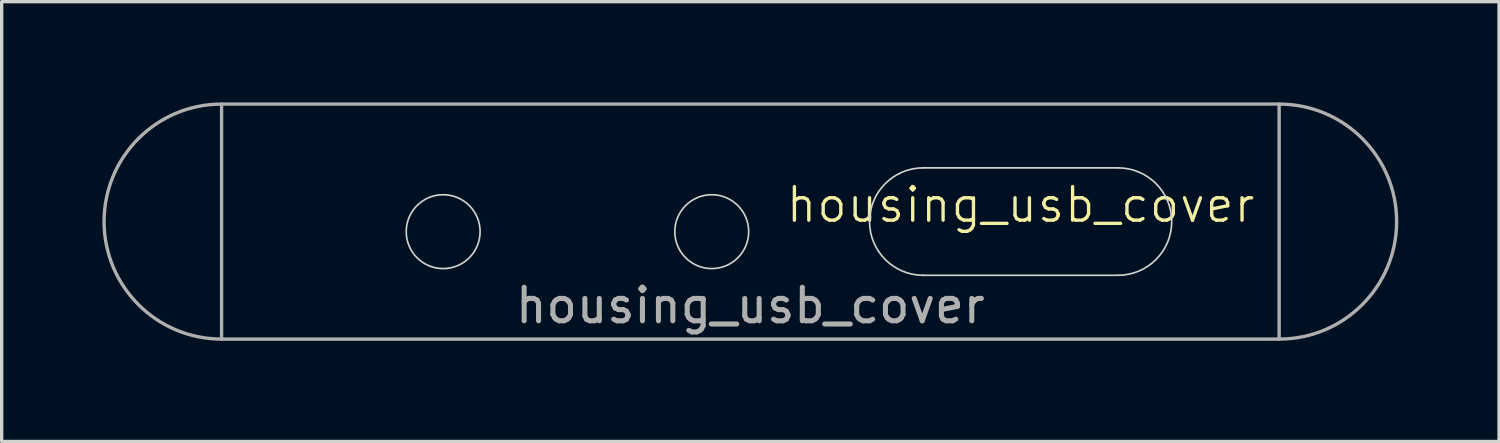
<source format=kicad_pcb>
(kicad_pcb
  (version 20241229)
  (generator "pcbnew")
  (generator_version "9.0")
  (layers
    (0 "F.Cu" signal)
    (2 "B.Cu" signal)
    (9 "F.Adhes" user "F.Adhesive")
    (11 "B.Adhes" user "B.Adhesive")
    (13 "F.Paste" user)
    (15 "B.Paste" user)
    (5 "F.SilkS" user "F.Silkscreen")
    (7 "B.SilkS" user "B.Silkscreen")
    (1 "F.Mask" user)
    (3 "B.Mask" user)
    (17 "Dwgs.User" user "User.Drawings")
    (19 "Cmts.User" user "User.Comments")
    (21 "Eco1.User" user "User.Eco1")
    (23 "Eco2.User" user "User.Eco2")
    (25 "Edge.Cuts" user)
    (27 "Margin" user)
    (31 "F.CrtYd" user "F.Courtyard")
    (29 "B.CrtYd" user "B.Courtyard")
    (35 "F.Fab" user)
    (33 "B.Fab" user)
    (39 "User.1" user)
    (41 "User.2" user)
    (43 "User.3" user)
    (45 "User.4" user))
  (footprint "housing_usb_cover"
    (layer "F.Cu")
    (at 19.3 3.55)
    (property "Reference" "housing_usb_cover" (at 8.05 -0.5 0) (unlocked yes) (layer "F.SilkS") (effects (font (size 1 1) (thickness 0.1))))
    (attr smd)
    (fp_line (start 5.15 -1.6) (end 10.95 -1.6) (stroke (width 0.05) (type default)) (layer "Edge.Cuts"))
    (fp_line (start 5.15 1.6) (end 10.95 1.6) (stroke (width 0.05) (type default)) (layer "Edge.Cuts"))
    (fp_arc (start 5.15 1.6) (mid 3.55 0) (end 5.15 -1.6) (stroke (width 0.05) (type default)) (layer "Edge.Cuts"))
    (fp_arc (start 10.95 -1.6) (mid 12.55 0) (end 10.95 1.6) (stroke (width 0.05) (type default)) (layer "Edge.Cuts"))
    (fp_circle (center -9.15 0.3) (end -8.05 0.3) (stroke (width 0.05) (type solid)) (fill no) (layer "Edge.Cuts"))
    (fp_circle (center -1.15 0.3) (end -0.05 0.3) (stroke (width 0.05) (type solid)) (fill no) (layer "Edge.Cuts"))
    (fp_rect (start -15.75 -3.5) (end 15.75 3.5) (stroke (width 0.1) (type solid)) (fill no) (layer "F.Fab"))
    (fp_arc (start -15.75 3.5) (mid -19.25 0) (end -15.75 -3.5) (stroke (width 0.1) (type default)) (layer "F.Fab"))
    (fp_arc (start 15.75 -3.5) (mid 19.25 0) (end 15.75 3.5) (stroke (width 0.1) (type default)) (layer "F.Fab"))
    (fp_text user "${REFERENCE}" (at 0 2.5 0) (unlocked yes) (layer "F.Fab") (effects (font (size 1 1) (thickness 0.15)))))
  (gr_rect
    (start -3 -3)
    (end 41.6 10.1)
    (stroke (width 0.1) (type default))
    (fill no)
    (layer "Edge.Cuts")))
</source>
